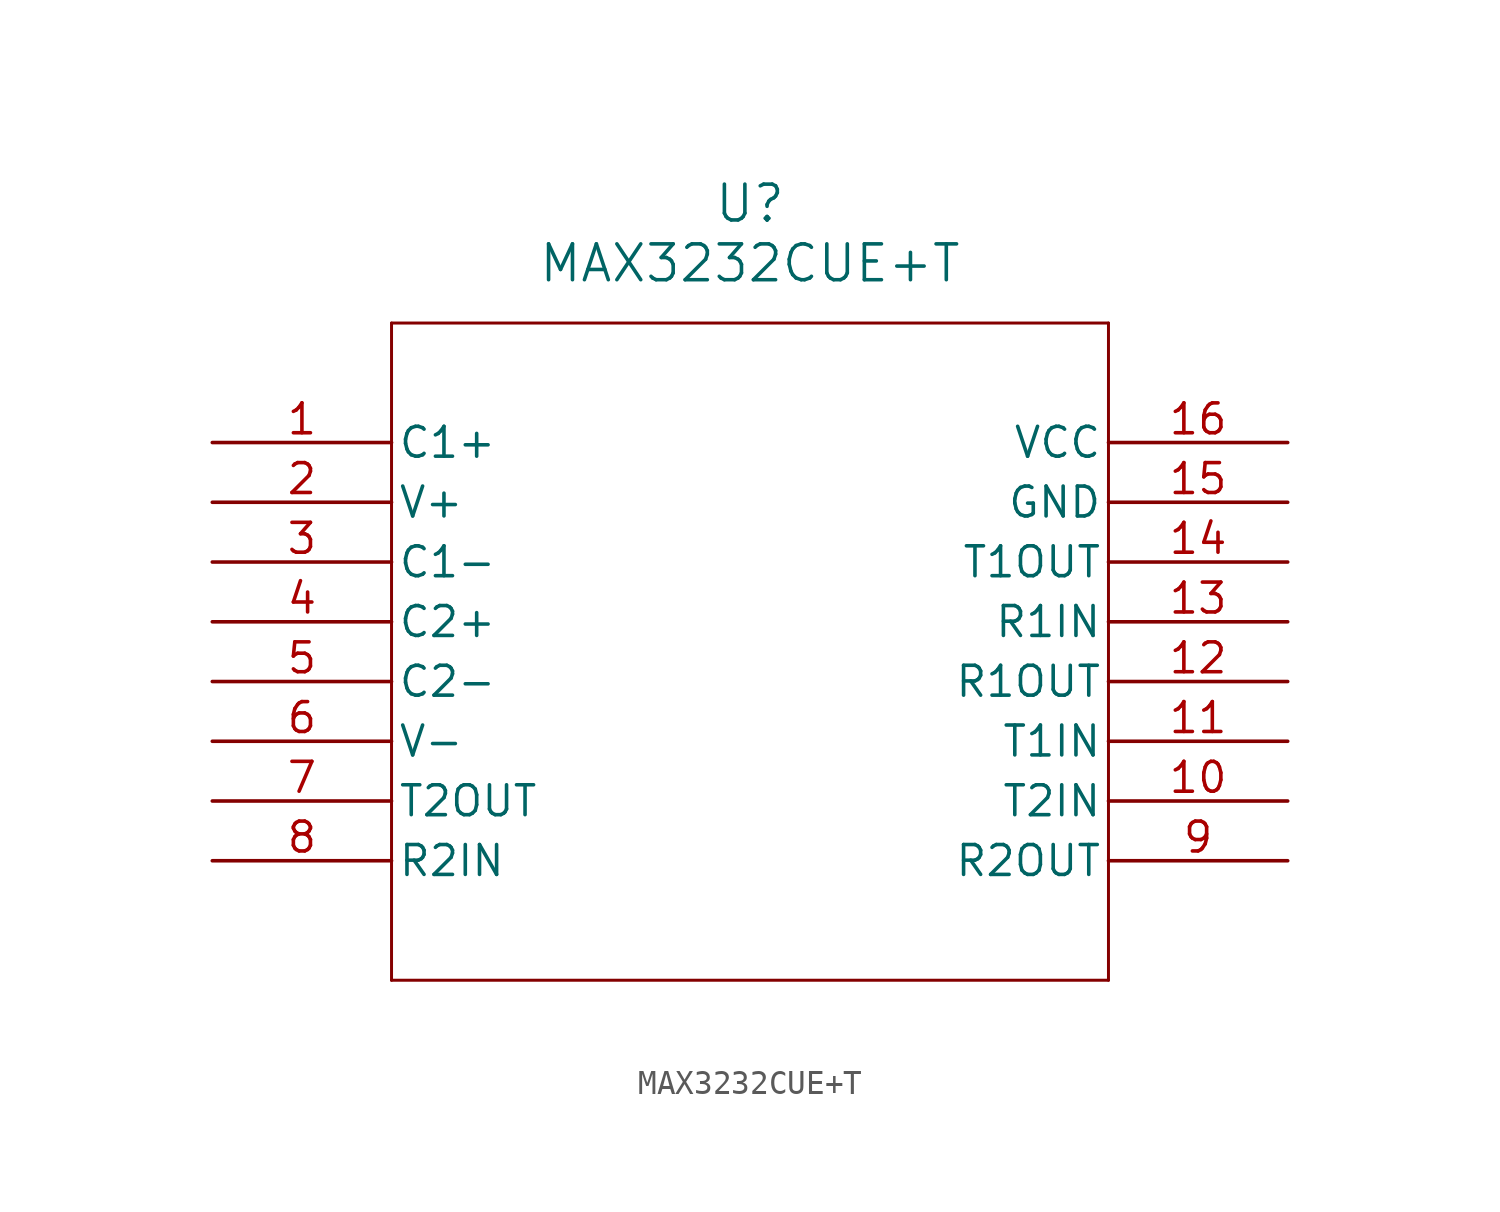
<source format=kicad_sym>
(kicad_symbol_lib
  (version 20211014)
  (generator kicad_symbol_editor)
  (symbol "MAX3232CUE+T"
    (pin_names
      (offset 0.254))
    (property "Reference" "U"
      (at 22.86 10.16 0)
      (effects (font (size 1.524 1.524))))
    (property "Value" "MAX3232CUE+T"
      (at 22.86 7.62 0)
      (effects (font (size 1.524 1.524))))
    (symbol "MAX3232CUE+T_0_1"
      (polyline (pts (xy 7.62 5.08) (xy 7.62 -22.86)) (stroke (width 0.127) (type default) (color 0 0 0 0)) (fill (type none)))
      (polyline (pts (xy 7.62 -22.86) (xy 38.1 -22.86)) (stroke (width 0.127) (type default) (color 0 0 0 0)) (fill (type none)))
      (polyline (pts (xy 38.1 -22.86) (xy 38.1 5.08)) (stroke (width 0.127) (type default) (color 0 0 0 0)) (fill (type none)))
      (polyline (pts (xy 38.1 5.08) (xy 7.62 5.08)) (stroke (width 0.127) (type default) (color 0 0 0 0)) (fill (type none)))
      (pin unspecified line (at 0 0 0) (length 7.62) (name "C1+" (effects (font (size 1.27 1.27)))) (number "1" (effects (font (size 1.27 1.27)))))
      (pin unspecified line (at 0 -2.54 0) (length 7.62) (name "V+" (effects (font (size 1.27 1.27)))) (number "2" (effects (font (size 1.27 1.27)))))
      (pin unspecified line (at 0 -5.08 0) (length 7.62) (name "C1-" (effects (font (size 1.27 1.27)))) (number "3" (effects (font (size 1.27 1.27)))))
      (pin unspecified line (at 0 -7.62 0) (length 7.62) (name "C2+" (effects (font (size 1.27 1.27)))) (number "4" (effects (font (size 1.27 1.27)))))
      (pin unspecified line (at 0 -10.16 0) (length 7.62) (name "C2-" (effects (font (size 1.27 1.27)))) (number "5" (effects (font (size 1.27 1.27)))))
      (pin unspecified line (at 0 -12.7 0) (length 7.62) (name "V-" (effects (font (size 1.27 1.27)))) (number "6" (effects (font (size 1.27 1.27)))))
      (pin output line (at 0 -15.24 0) (length 7.62) (name "T2OUT" (effects (font (size 1.27 1.27)))) (number "7" (effects (font (size 1.27 1.27)))))
      (pin input line (at 0 -17.78 0) (length 7.62) (name "R2IN" (effects (font (size 1.27 1.27)))) (number "8" (effects (font (size 1.27 1.27)))))
      (pin output line (at 45.72 -17.78 180) (length 7.62) (name "R2OUT" (effects (font (size 1.27 1.27)))) (number "9" (effects (font (size 1.27 1.27)))))
      (pin input line (at 45.72 -15.24 180) (length 7.62) (name "T2IN" (effects (font (size 1.27 1.27)))) (number "10" (effects (font (size 1.27 1.27)))))
      (pin input line (at 45.72 -12.7 180) (length 7.62) (name "T1IN" (effects (font (size 1.27 1.27)))) (number "11" (effects (font (size 1.27 1.27)))))
      (pin output line (at 45.72 -10.16 180) (length 7.62) (name "R1OUT" (effects (font (size 1.27 1.27)))) (number "12" (effects (font (size 1.27 1.27)))))
      (pin input line (at 45.72 -7.62 180) (length 7.62) (name "R1IN" (effects (font (size 1.27 1.27)))) (number "13" (effects (font (size 1.27 1.27)))))
      (pin output line (at 45.72 -5.08 180) (length 7.62) (name "T1OUT" (effects (font (size 1.27 1.27)))) (number "14" (effects (font (size 1.27 1.27)))))
      (pin power_out line (at 45.72 -2.54 180) (length 7.62) (name "GND" (effects (font (size 1.27 1.27)))) (number "15" (effects (font (size 1.27 1.27)))))
      (pin power_in line (at 45.72 0 180) (length 7.62) (name "VCC" (effects (font (size 1.27 1.27)))) (number "16" (effects (font (size 1.27 1.27))))))))
</source>
